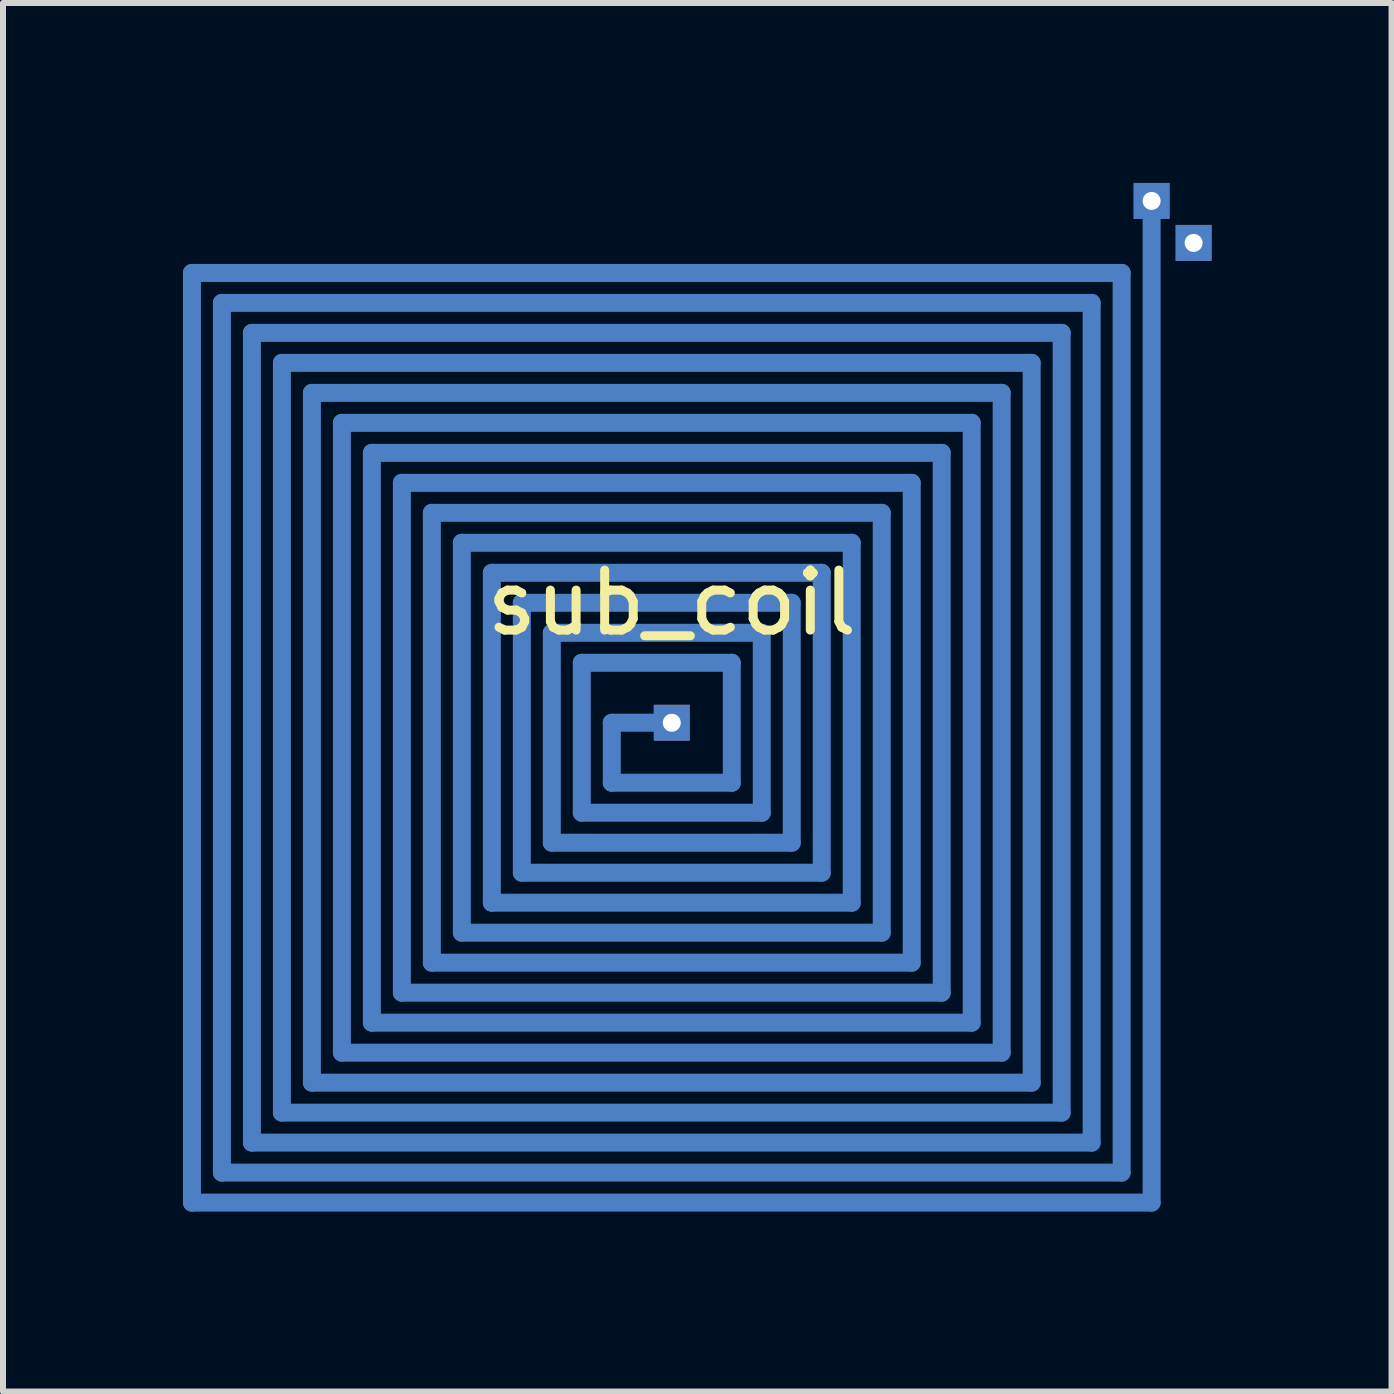
<source format=kicad_pcb>
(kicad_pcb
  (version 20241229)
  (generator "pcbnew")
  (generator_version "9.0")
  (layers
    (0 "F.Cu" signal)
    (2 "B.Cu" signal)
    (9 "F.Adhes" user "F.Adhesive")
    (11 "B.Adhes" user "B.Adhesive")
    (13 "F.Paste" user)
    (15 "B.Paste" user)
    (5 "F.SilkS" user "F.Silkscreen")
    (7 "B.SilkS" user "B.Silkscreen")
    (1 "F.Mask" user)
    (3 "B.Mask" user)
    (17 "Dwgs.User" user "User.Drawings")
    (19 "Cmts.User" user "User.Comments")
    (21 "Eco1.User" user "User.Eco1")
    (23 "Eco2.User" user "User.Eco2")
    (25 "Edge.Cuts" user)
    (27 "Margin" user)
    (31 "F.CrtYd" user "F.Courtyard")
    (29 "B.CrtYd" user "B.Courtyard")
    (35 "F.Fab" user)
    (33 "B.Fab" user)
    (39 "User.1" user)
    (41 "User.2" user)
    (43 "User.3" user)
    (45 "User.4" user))
  (footprint "sub_coil"
    (layer "F.Cu")
    (at 8.15 9)
    (property "Reference" "sub_coil" (at 0 -2 0) (layer "F.SilkS") (effects (font (size 1 1) (thickness 0.15))))
    (attr through_hole)
    (fp_line (start -8 -7.5) (end 7.5 -7.5) (stroke (width 0.3) (type solid)) (layer "B.Cu"))
    (fp_line (start -8 8) (end -8 -7.5) (stroke (width 0.3) (type solid)) (layer "B.Cu"))
    (fp_line (start -7.5 -7) (end 7 -7) (stroke (width 0.3) (type solid)) (layer "B.Cu"))
    (fp_line (start -7.5 7.5) (end -7.5 -7) (stroke (width 0.3) (type solid)) (layer "B.Cu"))
    (fp_line (start -7 -6.5) (end 6.5 -6.5) (stroke (width 0.3) (type solid)) (layer "B.Cu"))
    (fp_line (start -7 7) (end -7 -6.5) (stroke (width 0.3) (type solid)) (layer "B.Cu"))
    (fp_line (start -6.5 -6) (end 6 -6) (stroke (width 0.3) (type solid)) (layer "B.Cu"))
    (fp_line (start -6.5 6.5) (end -6.5 -6) (stroke (width 0.3) (type solid)) (layer "B.Cu"))
    (fp_line (start -6 -5.5) (end 5.5 -5.5) (stroke (width 0.3) (type solid)) (layer "B.Cu"))
    (fp_line (start -6 6) (end -6 -5.5) (stroke (width 0.3) (type solid)) (layer "B.Cu"))
    (fp_line (start -5.5 -5) (end 5 -5) (stroke (width 0.3) (type solid)) (layer "B.Cu"))
    (fp_line (start -5.5 5.5) (end -5.5 -5) (stroke (width 0.3) (type solid)) (layer "B.Cu"))
    (fp_line (start -5 -4.5) (end 4.5 -4.5) (stroke (width 0.3) (type solid)) (layer "B.Cu"))
    (fp_line (start -5 5) (end -5 -4.5) (stroke (width 0.3) (type solid)) (layer "B.Cu"))
    (fp_line (start -4.5 -4) (end 4 -4) (stroke (width 0.3) (type solid)) (layer "B.Cu"))
    (fp_line (start -4.5 4.5) (end -4.5 -4) (stroke (width 0.3) (type solid)) (layer "B.Cu"))
    (fp_line (start -4 -3.5) (end 3.5 -3.5) (stroke (width 0.3) (type solid)) (layer "B.Cu"))
    (fp_line (start -4 4) (end -4 -3.5) (stroke (width 0.3) (type solid)) (layer "B.Cu"))
    (fp_line (start -3.5 -3) (end 3 -3) (stroke (width 0.3) (type solid)) (layer "B.Cu"))
    (fp_line (start -3.5 3.5) (end -3.5 -3) (stroke (width 0.3) (type solid)) (layer "B.Cu"))
    (fp_line (start -3 -2.5) (end 2.5 -2.5) (stroke (width 0.3) (type solid)) (layer "B.Cu"))
    (fp_line (start -3 3) (end -3 -2.5) (stroke (width 0.3) (type solid)) (layer "B.Cu"))
    (fp_line (start -2.5 -2) (end 2 -2) (stroke (width 0.3) (type solid)) (layer "B.Cu"))
    (fp_line (start -2.5 2.5) (end -2.5 -2) (stroke (width 0.3) (type solid)) (layer "B.Cu"))
    (fp_line (start -2 -1.5) (end 1.5 -1.5) (stroke (width 0.3) (type solid)) (layer "B.Cu"))
    (fp_line (start -2 2) (end -2 -1.5) (stroke (width 0.3) (type solid)) (layer "B.Cu"))
    (fp_line (start -1.5 -1) (end 1 -1) (stroke (width 0.3) (type solid)) (layer "B.Cu"))
    (fp_line (start -1.5 1.5) (end -1.5 -1) (stroke (width 0.3) (type solid)) (layer "B.Cu"))
    (fp_line (start -1 0) (end 0 0) (stroke (width 0.3) (type solid)) (layer "B.Cu"))
    (fp_line (start -1 1) (end -1 0) (stroke (width 0.3) (type solid)) (layer "B.Cu"))
    (fp_line (start 1 -1) (end 1 1) (stroke (width 0.3) (type solid)) (layer "B.Cu"))
    (fp_line (start 1 1) (end -1 1) (stroke (width 0.3) (type solid)) (layer "B.Cu"))
    (fp_line (start 1.5 -1.5) (end 1.5 1.5) (stroke (width 0.3) (type solid)) (layer "B.Cu"))
    (fp_line (start 1.5 1.5) (end -1.5 1.5) (stroke (width 0.3) (type solid)) (layer "B.Cu"))
    (fp_line (start 2 -2) (end 2 2) (stroke (width 0.3) (type solid)) (layer "B.Cu"))
    (fp_line (start 2 2) (end -2 2) (stroke (width 0.3) (type solid)) (layer "B.Cu"))
    (fp_line (start 2.5 -2.5) (end 2.5 2.5) (stroke (width 0.3) (type solid)) (layer "B.Cu"))
    (fp_line (start 2.5 2.5) (end -2.5 2.5) (stroke (width 0.3) (type solid)) (layer "B.Cu"))
    (fp_line (start 3 -3) (end 3 3) (stroke (width 0.3) (type solid)) (layer "B.Cu"))
    (fp_line (start 3 3) (end -3 3) (stroke (width 0.3) (type solid)) (layer "B.Cu"))
    (fp_line (start 3.5 -3.5) (end 3.5 3.5) (stroke (width 0.3) (type solid)) (layer "B.Cu"))
    (fp_line (start 3.5 3.5) (end -3.5 3.5) (stroke (width 0.3) (type solid)) (layer "B.Cu"))
    (fp_line (start 4 -4) (end 4 4) (stroke (width 0.3) (type solid)) (layer "B.Cu"))
    (fp_line (start 4 4) (end -4 4) (stroke (width 0.3) (type solid)) (layer "B.Cu"))
    (fp_line (start 4.5 -4.5) (end 4.5 4.5) (stroke (width 0.3) (type solid)) (layer "B.Cu"))
    (fp_line (start 4.5 4.5) (end -4.5 4.5) (stroke (width 0.3) (type solid)) (layer "B.Cu"))
    (fp_line (start 5 -5) (end 5 5) (stroke (width 0.3) (type solid)) (layer "B.Cu"))
    (fp_line (start 5 5) (end -5 5) (stroke (width 0.3) (type solid)) (layer "B.Cu"))
    (fp_line (start 5.5 -5.5) (end 5.5 5.5) (stroke (width 0.3) (type solid)) (layer "B.Cu"))
    (fp_line (start 5.5 5.5) (end -5.5 5.5) (stroke (width 0.3) (type solid)) (layer "B.Cu"))
    (fp_line (start 6 -6) (end 6 6) (stroke (width 0.3) (type solid)) (layer "B.Cu"))
    (fp_line (start 6 6) (end -6 6) (stroke (width 0.3) (type solid)) (layer "B.Cu"))
    (fp_line (start 6.5 -6.5) (end 6.5 6.5) (stroke (width 0.3) (type solid)) (layer "B.Cu"))
    (fp_line (start 6.5 6.5) (end -6.5 6.5) (stroke (width 0.3) (type solid)) (layer "B.Cu"))
    (fp_line (start 7 -7) (end 7 7) (stroke (width 0.3) (type solid)) (layer "B.Cu"))
    (fp_line (start 7 7) (end -7 7) (stroke (width 0.3) (type solid)) (layer "B.Cu"))
    (fp_line (start 7.5 -7.5) (end 7.5 7.5) (stroke (width 0.3) (type solid)) (layer "B.Cu"))
    (fp_line (start 7.5 7.5) (end -7.5 7.5) (stroke (width 0.3) (type solid)) (layer "B.Cu"))
    (fp_line (start 8 -8.7) (end 8 8) (stroke (width 0.3) (type solid)) (layer "B.Cu"))
    (fp_line (start 8 8) (end -8 8) (stroke (width 0.3) (type solid)) (layer "B.Cu"))
    (fp_line (start -8 -8) (end -8 8) (stroke (width 0.3) (type solid)) (layer "In1.Cu"))
    (fp_line (start -8 8) (end 8 8) (stroke (width 0.3) (type solid)) (layer "In1.Cu"))
    (fp_line (start -7.5 -7.5) (end -7.5 7.5) (stroke (width 0.3) (type solid)) (layer "In1.Cu"))
    (fp_line (start -7.5 7.5) (end 7.5 7.5) (stroke (width 0.3) (type solid)) (layer "In1.Cu"))
    (fp_line (start -7 -7) (end -7 7) (stroke (width 0.3) (type solid)) (layer "In1.Cu"))
    (fp_line (start -7 7) (end 7 7) (stroke (width 0.3) (type solid)) (layer "In1.Cu"))
    (fp_line (start -6.5 -6.5) (end -6.5 6.5) (stroke (width 0.3) (type solid)) (layer "In1.Cu"))
    (fp_line (start -6.5 6.5) (end 6.5 6.5) (stroke (width 0.3) (type solid)) (layer "In1.Cu"))
    (fp_line (start -6 -6) (end -6 6) (stroke (width 0.3) (type solid)) (layer "In1.Cu"))
    (fp_line (start -6 6) (end 6 6) (stroke (width 0.3) (type solid)) (layer "In1.Cu"))
    (fp_line (start -5.5 -5.5) (end -5.5 5.5) (stroke (width 0.3) (type solid)) (layer "In1.Cu"))
    (fp_line (start -5.5 5.5) (end 5.5 5.5) (stroke (width 0.3) (type solid)) (layer "In1.Cu"))
    (fp_line (start -5 -5) (end -5 5) (stroke (width 0.3) (type solid)) (layer "In1.Cu"))
    (fp_line (start -5 5) (end 5 5) (stroke (width 0.3) (type solid)) (layer "In1.Cu"))
    (fp_line (start -4.5 -4.5) (end -4.5 4.5) (stroke (width 0.3) (type solid)) (layer "In1.Cu"))
    (fp_line (start -4.5 4.5) (end 4.5 4.5) (stroke (width 0.3) (type solid)) (layer "In1.Cu"))
    (fp_line (start -4 -4) (end -4 4) (stroke (width 0.3) (type solid)) (layer "In1.Cu"))
    (fp_line (start -4 4) (end 4 4) (stroke (width 0.3) (type solid)) (layer "In1.Cu"))
    (fp_line (start -3.5 -3.5) (end -3.5 3.5) (stroke (width 0.3) (type solid)) (layer "In1.Cu"))
    (fp_line (start -3.5 3.5) (end 3.5 3.5) (stroke (width 0.3) (type solid)) (layer "In1.Cu"))
    (fp_line (start -3 -3) (end -3 3) (stroke (width 0.3) (type solid)) (layer "In1.Cu"))
    (fp_line (start -3 3) (end 3 3) (stroke (width 0.3) (type solid)) (layer "In1.Cu"))
    (fp_line (start -2.5 -2.5) (end -2.5 2.5) (stroke (width 0.3) (type solid)) (layer "In1.Cu"))
    (fp_line (start -2.5 2.5) (end 2.5 2.5) (stroke (width 0.3) (type solid)) (layer "In1.Cu"))
    (fp_line (start -2 -2) (end -2 2) (stroke (width 0.3) (type solid)) (layer "In1.Cu"))
    (fp_line (start -2 2) (end 2 2) (stroke (width 0.3) (type solid)) (layer "In1.Cu"))
    (fp_line (start -1.5 -1.5) (end -1.5 1.5) (stroke (width 0.3) (type solid)) (layer "In1.Cu"))
    (fp_line (start -1.5 1.5) (end 1.5 1.5) (stroke (width 0.3) (type solid)) (layer "In1.Cu"))
    (fp_line (start -1 -1) (end -1 1) (stroke (width 0.3) (type solid)) (layer "In1.Cu"))
    (fp_line (start -1 1) (end 1 1) (stroke (width 0.3) (type solid)) (layer "In1.Cu"))
    (fp_line (start 1 0) (end 0 0) (stroke (width 0.3) (type solid)) (layer "In1.Cu"))
    (fp_line (start 1 1) (end 1 0) (stroke (width 0.3) (type solid)) (layer "In1.Cu"))
    (fp_line (start 1.5 -1) (end -1 -1) (stroke (width 0.3) (type solid)) (layer "In1.Cu"))
    (fp_line (start 1.5 1.5) (end 1.5 -1) (stroke (width 0.3) (type solid)) (layer "In1.Cu"))
    (fp_line (start 2 -1.5) (end -1.5 -1.5) (stroke (width 0.3) (type solid)) (layer "In1.Cu"))
    (fp_line (start 2 2) (end 2 -1.5) (stroke (width 0.3) (type solid)) (layer "In1.Cu"))
    (fp_line (start 2.5 -2) (end -2 -2) (stroke (width 0.3) (type solid)) (layer "In1.Cu"))
    (fp_line (start 2.5 2.5) (end 2.5 -2) (stroke (width 0.3) (type solid)) (layer "In1.Cu"))
    (fp_line (start 3 -2.5) (end -2.5 -2.5) (stroke (width 0.3) (type solid)) (layer "In1.Cu"))
    (fp_line (start 3 3) (end 3 -2.5) (stroke (width 0.3) (type solid)) (layer "In1.Cu"))
    (fp_line (start 3.5 -3) (end -3 -3) (stroke (width 0.3) (type solid)) (layer "In1.Cu"))
    (fp_line (start 3.5 3.5) (end 3.5 -3) (stroke (width 0.3) (type solid)) (layer "In1.Cu"))
    (fp_line (start 4 -3.5) (end -3.5 -3.5) (stroke (width 0.3) (type solid)) (layer "In1.Cu"))
    (fp_line (start 4 4) (end 4 -3.5) (stroke (width 0.3) (type solid)) (layer "In1.Cu"))
    (fp_line (start 4.5 -4) (end -4 -4) (stroke (width 0.3) (type solid)) (layer "In1.Cu"))
    (fp_line (start 4.5 4.5) (end 4.5 -4) (stroke (width 0.3) (type solid)) (layer "In1.Cu"))
    (fp_line (start 5 -4.5) (end -4.5 -4.5) (stroke (width 0.3) (type solid)) (layer "In1.Cu"))
    (fp_line (start 5 5) (end 5 -4.5) (stroke (width 0.3) (type solid)) (layer "In1.Cu"))
    (fp_line (start 5.5 -5) (end -5 -5) (stroke (width 0.3) (type solid)) (layer "In1.Cu"))
    (fp_line (start 5.5 5.5) (end 5.5 -5) (stroke (width 0.3) (type solid)) (layer "In1.Cu"))
    (fp_line (start 6 -5.5) (end -5.5 -5.5) (stroke (width 0.3) (type solid)) (layer "In1.Cu"))
    (fp_line (start 6 6) (end 6 -5.5) (stroke (width 0.3) (type solid)) (layer "In1.Cu"))
    (fp_line (start 6.5 -6) (end -6 -6) (stroke (width 0.3) (type solid)) (layer "In1.Cu"))
    (fp_line (start 6.5 6.5) (end 6.5 -6) (stroke (width 0.3) (type solid)) (layer "In1.Cu"))
    (fp_line (start 7 -6.5) (end -6.5 -6.5) (stroke (width 0.3) (type solid)) (layer "In1.Cu"))
    (fp_line (start 7 7) (end 7 -6.5) (stroke (width 0.3) (type solid)) (layer "In1.Cu"))
    (fp_line (start 7.5 -7) (end -7 -7) (stroke (width 0.3) (type solid)) (layer "In1.Cu"))
    (fp_line (start 7.5 7.5) (end 7.5 -7) (stroke (width 0.3) (type solid)) (layer "In1.Cu"))
    (fp_line (start 8 -7.5) (end -7.5 -7.5) (stroke (width 0.3) (type solid)) (layer "In1.Cu"))
    (fp_line (start 8 8) (end 8 -7.5) (stroke (width 0.3) (type solid)) (layer "In1.Cu"))
    (fp_line (start 8.7 -8) (end -8 -8) (stroke (width 0.3) (type solid)) (layer "In1.Cu"))
    (pad "" thru_hole rect (at 0 0) (size 0.6 0.6) (drill 0.3) (layers "*.Cu" "*.Mask"))
    (pad "1" thru_hole rect (at 8.7 -8) (size 0.6 0.6) (drill 0.3) (layers "*.Cu" "*.Mask"))
    (pad "2" thru_hole rect (at 8 -8.7) (size 0.6 0.6) (drill 0.3) (layers "*.Cu" "*.Mask")))
  (gr_rect
    (start -3 -3)
    (end 20.15 20.15)
    (stroke (width 0.1) (type default))
    (fill no)
    (layer "Edge.Cuts")))
</source>
